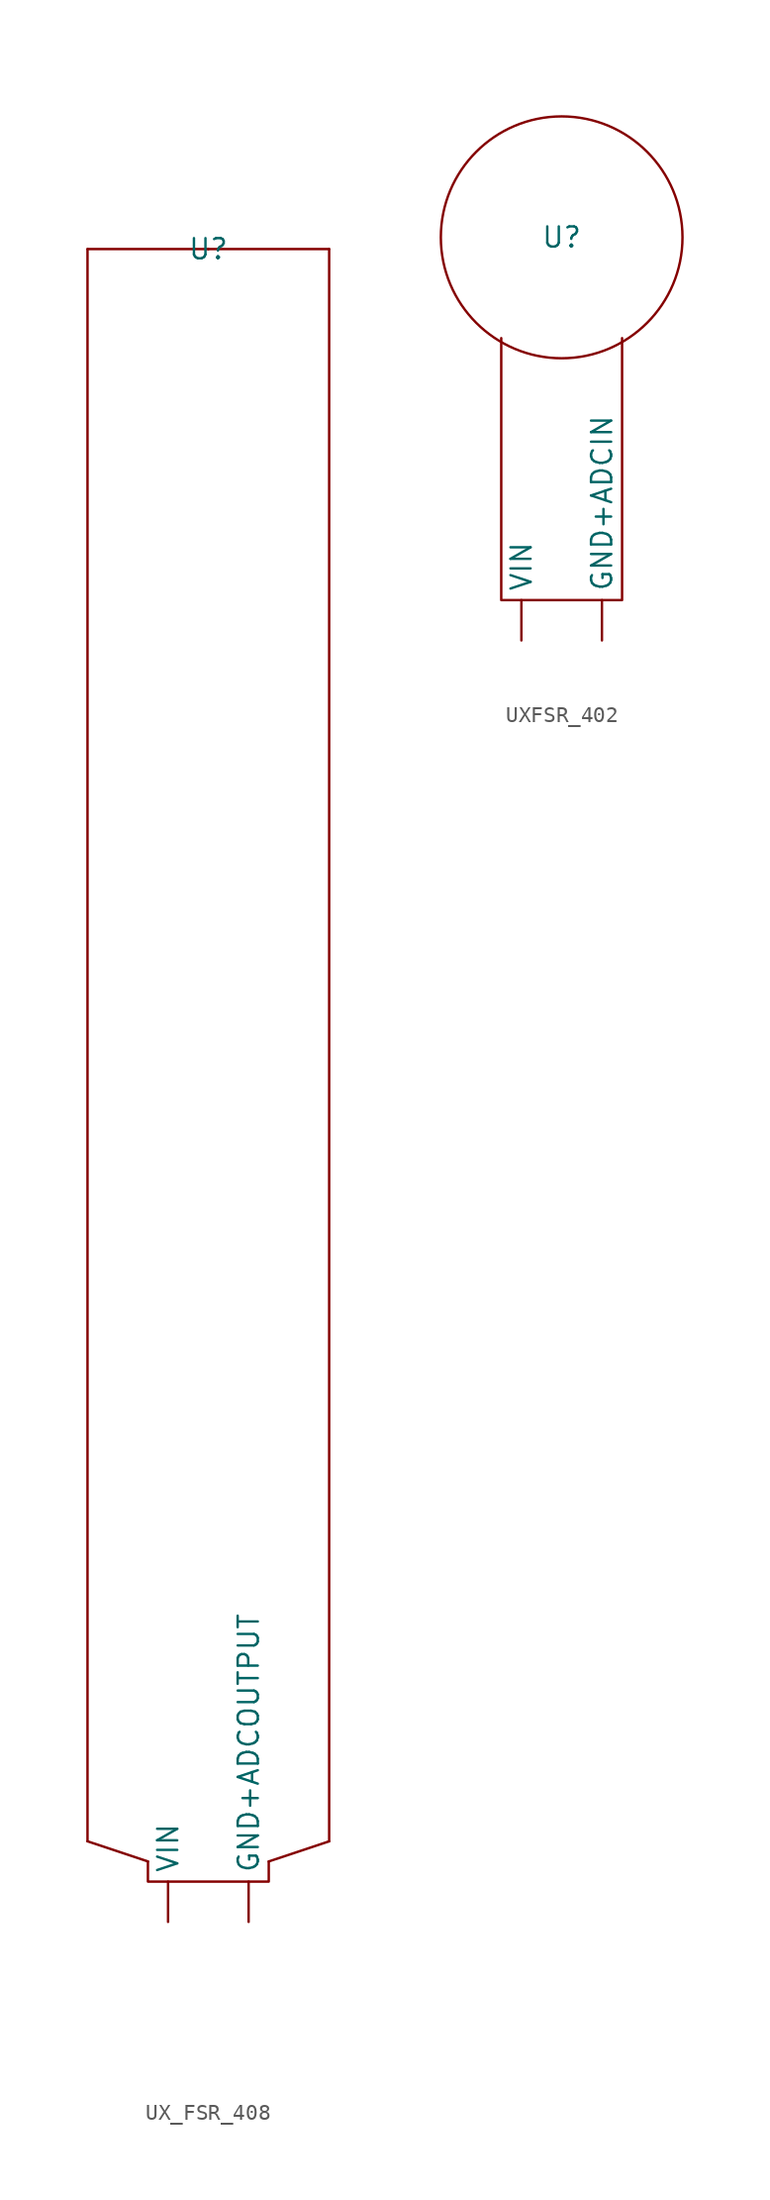
<source format=kicad_sym>
(kicad_symbol_lib
  (version 20231120)
  (generator "kicad_symbol_editor")
  (generator_version "8.0")
  (symbol "UX_FSR_408"
    (property "Reference" "U"
      (at 0 0 0)
      (effects (font (size 1.27 1.27))))
    (property "Value" ""
      (at 0 0 0)
      (effects (font (size 1.27 1.27))))
    (symbol "UX_FSR_408_0_1"
      (polyline (pts (xy -7.62 -100.33) (xy -3.81 -101.6)) (stroke (width 0) (type default)) (fill (type none)))
      (polyline (pts (xy -7.62 0) (xy -7.62 -100.33)) (stroke (width 0) (type default)) (fill (type none)))
      (polyline (pts (xy 0 0) (xy -7.62 0)) (stroke (width 0) (type default)) (fill (type none)))
      (polyline (pts (xy 0 0) (xy 0 0)) (stroke (width 0) (type default)) (fill (type none)))
      (polyline (pts (xy 0 0) (xy 7.62 0)) (stroke (width 0) (type default)) (fill (type none)))
      (polyline (pts (xy 7.62 -100.33) (xy 3.81 -101.6)) (stroke (width 0) (type default)) (fill (type none)))
      (polyline (pts (xy 7.62 0) (xy 7.62 -100.33)) (stroke (width 0) (type default)) (fill (type none)))
      (polyline (pts (xy -3.81 -101.6) (xy -3.81 -102.87) (xy 3.81 -102.87) (xy 3.81 -101.6)) (stroke (width 0) (type default)) (fill (type none))))
    (symbol "UX_FSR_408_1_1"
      (pin input line (at 2.54 -105.41 90) (length 2.54) (name "GND+ADCOUTPUT" (effects (font (size 1.27 1.27)))) (number "" (effects (font (size 1.27 1.27)))))
      (pin input line (at -2.54 -105.41 90) (length 2.54) (name "VIN" (effects (font (size 1.27 1.27)))) (number "" (effects (font (size 1.27 1.27)))))))
  (symbol "UXFSR_402"
    (property "Reference" "U"
      (at 0 0 0)
      (effects (font (size 1.27 1.27))))
    (property "Value" ""
      (at 0 0 0)
      (effects (font (size 1.27 1.27))))
    (symbol "UXFSR_402_0_1"
      (polyline (pts (xy 3.81 -6.35) (xy 3.81 -22.86) (xy -3.81 -22.86) (xy -3.81 -6.35)) (stroke (width 0) (type default)) (fill (type none)))
      (circle (center 0 0) (radius 7.62) (stroke (width 0) (type default)) (fill (type none))))
    (symbol "UXFSR_402_1_1"
      (pin input line (at 2.54 -25.4 90) (length 2.54) (name "GND+ADCIN" (effects (font (size 1.27 1.27)))) (number "" (effects (font (size 1.27 1.27)))))
      (pin input line (at -2.54 -25.4 90) (length 2.54) (name "VIN" (effects (font (size 1.27 1.27)))) (number "" (effects (font (size 1.27 1.27))))))))
</source>
